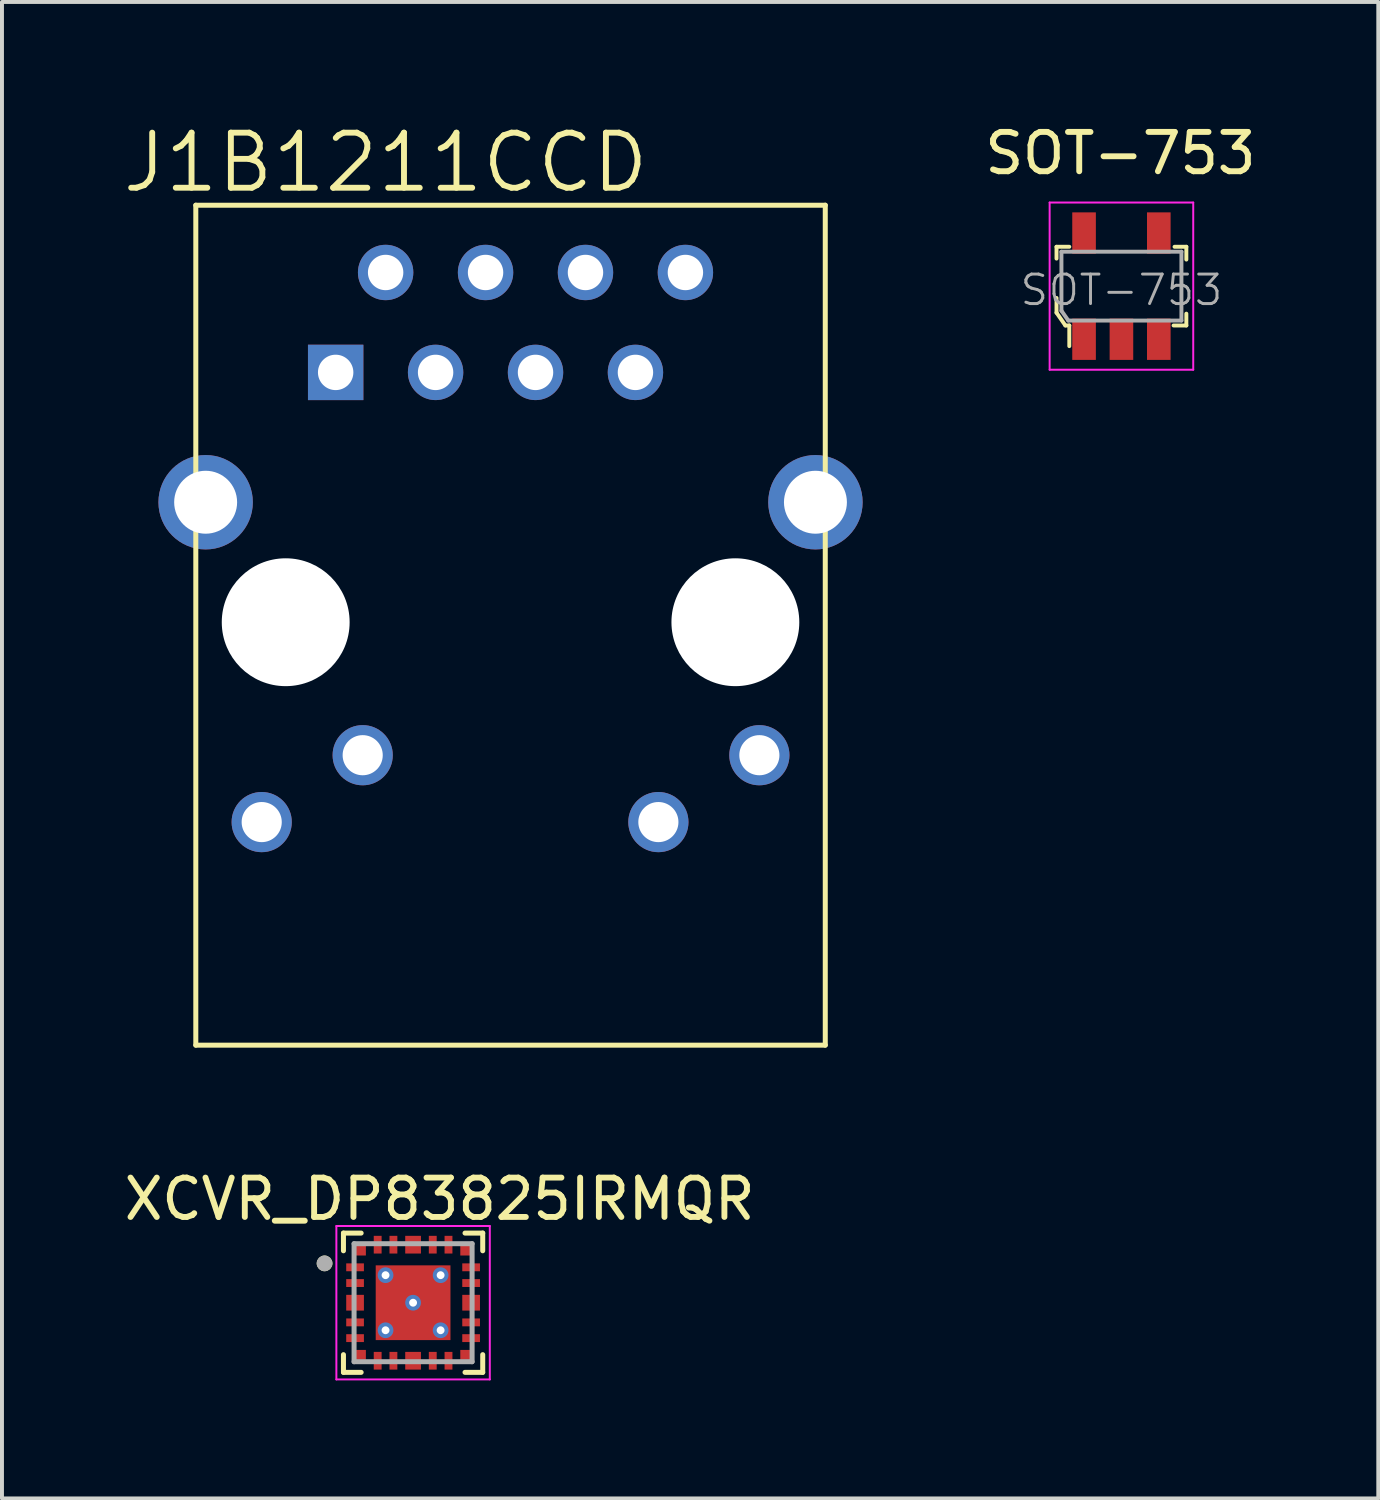
<source format=kicad_pcb>
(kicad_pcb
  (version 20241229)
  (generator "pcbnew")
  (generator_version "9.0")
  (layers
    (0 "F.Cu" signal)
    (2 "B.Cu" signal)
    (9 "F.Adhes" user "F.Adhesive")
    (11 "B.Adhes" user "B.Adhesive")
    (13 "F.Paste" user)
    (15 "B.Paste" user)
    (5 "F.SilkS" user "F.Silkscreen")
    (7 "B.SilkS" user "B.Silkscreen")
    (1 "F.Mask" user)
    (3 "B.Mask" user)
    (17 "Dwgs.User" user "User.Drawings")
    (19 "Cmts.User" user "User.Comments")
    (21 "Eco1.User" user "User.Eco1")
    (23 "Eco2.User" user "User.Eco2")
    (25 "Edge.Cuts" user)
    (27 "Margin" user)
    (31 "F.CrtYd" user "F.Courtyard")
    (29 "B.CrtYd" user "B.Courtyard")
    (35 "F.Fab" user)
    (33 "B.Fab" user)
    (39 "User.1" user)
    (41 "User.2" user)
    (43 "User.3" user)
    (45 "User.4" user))
  (footprint "SOT-753"
    (layer "F.Cu")
    (at 25.455 4.223)
    (property "Reference" "SOT-753" (at -0.025 -3.375 0) (layer "F.SilkS") (effects (font (size 1 1) (thickness 0.15))))
    (attr smd)
    (fp_line (start -1.65 -1) (end -1.65 -0.7) (stroke (width 0.1) (type solid)) (layer "F.SilkS"))
    (fp_line (start -1.65 0.675) (end -1.65 0.3) (stroke (width 0.1) (type solid)) (layer "F.SilkS"))
    (fp_line (start -1.65 0.675) (end -1.425 1) (stroke (width 0.1) (type solid)) (layer "F.SilkS"))
    (fp_line (start -1.425 1) (end -1.325 1) (stroke (width 0.1) (type solid)) (layer "F.SilkS"))
    (fp_line (start -1.325 -1) (end -1.65 -1) (stroke (width 0.1) (type solid)) (layer "F.SilkS"))
    (fp_line (start -1.325 1) (end -1.325 1.525) (stroke (width 0.1) (type solid)) (layer "F.SilkS"))
    (fp_line (start 1.325 1) (end 1.65 1) (stroke (width 0.1) (type solid)) (layer "F.SilkS"))
    (fp_line (start 1.35 -1) (end 1.65 -1) (stroke (width 0.1) (type solid)) (layer "F.SilkS"))
    (fp_line (start 1.65 -1) (end 1.65 -0.675) (stroke (width 0.1) (type solid)) (layer "F.SilkS"))
    (fp_line (start 1.65 1) (end 1.65 0.7) (stroke (width 0.1) (type solid)) (layer "F.SilkS"))
    (fp_line (start -1.825 -2.125) (end 1.825 -2.125) (stroke (width 0.05) (type solid)) (layer "F.CrtYd"))
    (fp_line (start -1.825 2.125) (end -1.825 -2.125) (stroke (width 0.05) (type solid)) (layer "F.CrtYd"))
    (fp_line (start 1.825 -2.125) (end 1.825 2.125) (stroke (width 0.05) (type solid)) (layer "F.CrtYd"))
    (fp_line (start 1.825 2.125) (end -1.825 2.125) (stroke (width 0.05) (type solid)) (layer "F.CrtYd"))
    (fp_line (start -1.525 -0.875) (end 1.525 -0.875) (stroke (width 0.1) (type solid)) (layer "F.Fab"))
    (fp_line (start -1.525 0.625) (end -1.525 -0.875) (stroke (width 0.1) (type solid)) (layer "F.Fab"))
    (fp_line (start -1.525 0.625) (end -1.35 0.875) (stroke (width 0.1) (type solid)) (layer "F.Fab"))
    (fp_line (start -1.35 0.875) (end 1.525 0.875) (stroke (width 0.1) (type solid)) (layer "F.Fab"))
    (fp_line (start 1.525 -0.875) (end 1.525 0.875) (stroke (width 0.1) (type solid)) (layer "F.Fab"))
    (fp_text user "${REFERENCE}" (at 0 0.1 0) (layer "F.Fab") (effects (font (size 0.75 0.75) (thickness 0.075))))
    (pad "1" smd rect (at -0.95 1.35) (size 0.6 1.05) (layers "F.Cu" "F.Mask" "F.Paste"))
    (pad "2" smd rect (at 0 1.35) (size 0.6 1.05) (layers "F.Cu" "F.Mask" "F.Paste"))
    (pad "3" smd rect (at 0.95 1.35) (size 0.6 1.05) (layers "F.Cu" "F.Mask" "F.Paste"))
    (pad "4" smd rect (at 0.95 -1.35) (size 0.6 1.05) (layers "F.Cu" "F.Mask" "F.Paste"))
    (pad "5" smd rect (at -0.95 -1.35) (size 0.6 1.05) (layers "F.Cu" "F.Mask" "F.Paste")))
  (footprint "J1B1211CCD"
    (layer "F.Cu")
    (at 9.927 12.766)
    (property "Reference" "J1B1211CCD" (at -3.175 -11.684 0) (layer "F.SilkS") (effects (font (size 1.4 1.4) (thickness 0.15))))
    (attr through_hole)
    (fp_line (start -8 -10.6) (end -8 10.75) (stroke (width 0.127) (type solid)) (layer "F.SilkS"))
    (fp_line (start -8 10.75) (end 8 10.75) (stroke (width 0.127) (type solid)) (layer "F.SilkS"))
    (fp_line (start 8 -10.6) (end -8 -10.6) (stroke (width 0.127) (type solid)) (layer "F.SilkS"))
    (fp_line (start 8 10.75) (end 8 -10.6) (stroke (width 0.127) (type solid)) (layer "F.SilkS"))
    (pad "" np_thru_hole circle (at -5.715 0) (size 3.25 3.25) (drill 3.25) (layers "*.Cu" "*.Mask"))
    (pad "" np_thru_hole circle (at 5.715 0) (size 3.25 3.25) (drill 3.25) (layers "*.Cu" "*.Mask"))
    (pad "1" thru_hole rect (at -4.445 -6.35) (size 1.408 1.408) (drill 0.9) (layers "*.Cu" "*.Mask"))
    (pad "2" thru_hole circle (at -3.175 -8.89) (size 1.408 1.408) (drill 0.9) (layers "*.Cu" "*.Mask"))
    (pad "3" thru_hole circle (at -1.905 -6.35) (size 1.408 1.408) (drill 0.9) (layers "*.Cu" "*.Mask"))
    (pad "4" thru_hole circle (at -0.635 -8.89) (size 1.408 1.408) (drill 0.9) (layers "*.Cu" "*.Mask"))
    (pad "5" thru_hole circle (at 0.635 -6.35) (size 1.408 1.408) (drill 0.9) (layers "*.Cu" "*.Mask"))
    (pad "6" thru_hole circle (at 1.905 -8.89) (size 1.408 1.408) (drill 0.9) (layers "*.Cu" "*.Mask"))
    (pad "7" thru_hole circle (at 3.175 -6.35) (size 1.408 1.408) (drill 0.9) (layers "*.Cu" "*.Mask"))
    (pad "8" thru_hole circle (at 4.445 -8.89) (size 1.408 1.408) (drill 0.9) (layers "*.Cu" "*.Mask"))
    (pad "9" thru_hole circle (at -6.325 5.08) (size 1.53 1.53) (drill 1.02) (layers "*.Cu" "*.Mask"))
    (pad "10" thru_hole circle (at -3.758 3.38) (size 1.53 1.53) (drill 1.02) (layers "*.Cu" "*.Mask"))
    (pad "11" thru_hole circle (at 3.758 5.08) (size 1.53 1.53) (drill 1.02) (layers "*.Cu" "*.Mask"))
    (pad "12" thru_hole circle (at 6.325 3.38) (size 1.53 1.53) (drill 1.02) (layers "*.Cu" "*.Mask"))
    (pad "13" thru_hole circle (at -7.75 -3.05) (size 2.4 2.4) (drill 1.6) (layers "*.Cu" "*.Mask"))
    (pad "14" thru_hole circle (at 7.75 -3.05) (size 2.4 2.4) (drill 1.6) (layers "*.Cu" "*.Mask")))
  (footprint "XCVR_DP83825IRMQR"
    (layer "F.Cu")
    (at 7.45 30.063)
    (property "Reference" "XCVR_DP83825IRMQR" (at 0.675 -2.635 0) (layer "F.SilkS") (effects (font (size 1 1) (thickness 0.15))))
    (attr through_hole)
    (fp_poly (pts (xy -1.75 -1.05) (xy -1.2 -1.05) (xy -1.2 -0.75) (xy -1.75 -0.75)) (stroke (width 0.01) (type solid)) (fill yes) (layer "F.Mask"))
    (fp_poly (pts (xy -1.75 -0.65) (xy -1.2 -0.65) (xy -1.2 -0.35) (xy -1.75 -0.35)) (stroke (width 0.01) (type solid)) (fill yes) (layer "F.Mask"))
    (fp_poly (pts (xy -1.75 -0.25) (xy -1.2 -0.25) (xy -1.2 0.25) (xy -1.75 0.25)) (stroke (width 0.01) (type solid)) (fill yes) (layer "F.Mask"))
    (fp_poly (pts (xy -1.75 0.35) (xy -1.2 0.35) (xy -1.2 0.65) (xy -1.75 0.65)) (stroke (width 0.01) (type solid)) (fill yes) (layer "F.Mask"))
    (fp_poly (pts (xy -1.75 0.75) (xy -1.2 0.75) (xy -1.2 1.05) (xy -1.75 1.05)) (stroke (width 0.01) (type solid)) (fill yes) (layer "F.Mask"))
    (fp_poly (pts (xy -1.5 -1.5) (xy -1.15 -1.5) (xy -1.15 -1.15) (xy -1.5 -1.15)) (stroke (width 0.01) (type solid)) (fill yes) (layer "F.Mask"))
    (fp_poly (pts (xy -1.5 1.15) (xy -1.15 1.15) (xy -1.15 1.5) (xy -1.5 1.5)) (stroke (width 0.01) (type solid)) (fill yes) (layer "F.Mask"))
    (fp_poly (pts (xy -1.05 -1.75) (xy -0.75 -1.75) (xy -0.75 -1.2) (xy -1.05 -1.2)) (stroke (width 0.01) (type solid)) (fill yes) (layer "F.Mask"))
    (fp_poly (pts (xy -1.05 1.2) (xy -0.75 1.2) (xy -0.75 1.75) (xy -1.05 1.75)) (stroke (width 0.01) (type solid)) (fill yes) (layer "F.Mask"))
    (fp_poly (pts (xy -1 -1) (xy 1 -1) (xy 1 1) (xy -1 1)) (stroke (width 0.01) (type solid)) (fill yes) (layer "F.Mask"))
    (fp_poly (pts (xy -0.65 -1.75) (xy -0.35 -1.75) (xy -0.35 -1.2) (xy -0.65 -1.2)) (stroke (width 0.01) (type solid)) (fill yes) (layer "F.Mask"))
    (fp_poly (pts (xy -0.65 1.2) (xy -0.35 1.2) (xy -0.35 1.75) (xy -0.65 1.75)) (stroke (width 0.01) (type solid)) (fill yes) (layer "F.Mask"))
    (fp_poly (pts (xy -0.25 -1.75) (xy 0.25 -1.75) (xy 0.25 -1.2) (xy -0.25 -1.2)) (stroke (width 0.01) (type solid)) (fill yes) (layer "F.Mask"))
    (fp_poly (pts (xy -0.25 1.2) (xy 0.25 1.2) (xy 0.25 1.75) (xy -0.25 1.75)) (stroke (width 0.01) (type solid)) (fill yes) (layer "F.Mask"))
    (fp_poly (pts (xy 0.35 -1.75) (xy 0.65 -1.75) (xy 0.65 -1.2) (xy 0.35 -1.2)) (stroke (width 0.01) (type solid)) (fill yes) (layer "F.Mask"))
    (fp_poly (pts (xy 0.35 1.2) (xy 0.65 1.2) (xy 0.65 1.75) (xy 0.35 1.75)) (stroke (width 0.01) (type solid)) (fill yes) (layer "F.Mask"))
    (fp_poly (pts (xy 0.75 -1.75) (xy 1.05 -1.75) (xy 1.05 -1.2) (xy 0.75 -1.2)) (stroke (width 0.01) (type solid)) (fill yes) (layer "F.Mask"))
    (fp_poly (pts (xy 0.75 1.2) (xy 1.05 1.2) (xy 1.05 1.75) (xy 0.75 1.75)) (stroke (width 0.01) (type solid)) (fill yes) (layer "F.Mask"))
    (fp_poly (pts (xy 1.15 -1.5) (xy 1.5 -1.5) (xy 1.5 -1.15) (xy 1.15 -1.15)) (stroke (width 0.01) (type solid)) (fill yes) (layer "F.Mask"))
    (fp_poly (pts (xy 1.15 1.15) (xy 1.5 1.15) (xy 1.5 1.5) (xy 1.15 1.5)) (stroke (width 0.01) (type solid)) (fill yes) (layer "F.Mask"))
    (fp_poly (pts (xy 1.2 -1.05) (xy 1.75 -1.05) (xy 1.75 -0.75) (xy 1.2 -0.75)) (stroke (width 0.01) (type solid)) (fill yes) (layer "F.Mask"))
    (fp_poly (pts (xy 1.2 -0.65) (xy 1.75 -0.65) (xy 1.75 -0.35) (xy 1.2 -0.35)) (stroke (width 0.01) (type solid)) (fill yes) (layer "F.Mask"))
    (fp_poly (pts (xy 1.2 -0.25) (xy 1.75 -0.25) (xy 1.75 0.25) (xy 1.2 0.25)) (stroke (width 0.01) (type solid)) (fill yes) (layer "F.Mask"))
    (fp_poly (pts (xy 1.2 0.35) (xy 1.75 0.35) (xy 1.75 0.65) (xy 1.2 0.65)) (stroke (width 0.01) (type solid)) (fill yes) (layer "F.Mask"))
    (fp_poly (pts (xy 1.2 0.75) (xy 1.75 0.75) (xy 1.75 1.05) (xy 1.2 1.05)) (stroke (width 0.01) (type solid)) (fill yes) (layer "F.Mask"))
    (fp_line (start -1.77 -1.77) (end -1.77 -1.32) (stroke (width 0.127) (type solid)) (layer "F.SilkS"))
    (fp_line (start -1.77 -1.77) (end -1.32 -1.77) (stroke (width 0.127) (type solid)) (layer "F.SilkS"))
    (fp_line (start -1.77 1.77) (end -1.77 1.32) (stroke (width 0.127) (type solid)) (layer "F.SilkS"))
    (fp_line (start -1.77 1.77) (end -1.32 1.77) (stroke (width 0.127) (type solid)) (layer "F.SilkS"))
    (fp_line (start 1.77 -1.77) (end 1.32 -1.77) (stroke (width 0.127) (type solid)) (layer "F.SilkS"))
    (fp_line (start 1.77 -1.77) (end 1.77 -1.32) (stroke (width 0.127) (type solid)) (layer "F.SilkS"))
    (fp_line (start 1.77 1.77) (end 1.32 1.77) (stroke (width 0.127) (type solid)) (layer "F.SilkS"))
    (fp_line (start 1.77 1.77) (end 1.77 1.32) (stroke (width 0.127) (type solid)) (layer "F.SilkS"))
    (fp_circle (center -2.25 -1) (end -2.15 -1) (stroke (width 0.2) (type solid)) (fill no) (layer "F.SilkS"))
    (fp_poly (pts (xy -0.855 -0.855) (xy 0.855 -0.855) (xy 0.855 0.855) (xy -0.855 0.855)) (stroke (width 0.01) (type solid)) (fill yes) (layer "F.Paste"))
    (fp_line (start -1.95 -1.95) (end 1.95 -1.95) (stroke (width 0.05) (type solid)) (layer "F.CrtYd"))
    (fp_line (start -1.95 1.95) (end -1.95 -1.95) (stroke (width 0.05) (type solid)) (layer "F.CrtYd"))
    (fp_line (start -1.95 1.95) (end 1.95 1.95) (stroke (width 0.05) (type solid)) (layer "F.CrtYd"))
    (fp_line (start 1.95 1.95) (end 1.95 -1.95) (stroke (width 0.05) (type solid)) (layer "F.CrtYd"))
    (fp_line (start -1.5 1.5) (end -1.5 -1.5) (stroke (width 0.127) (type solid)) (layer "F.Fab"))
    (fp_line (start 1.5 -1.5) (end -1.5 -1.5) (stroke (width 0.127) (type solid)) (layer "F.Fab"))
    (fp_line (start 1.5 1.5) (end -1.5 1.5) (stroke (width 0.127) (type solid)) (layer "F.Fab"))
    (fp_line (start 1.5 1.5) (end 1.5 -1.5) (stroke (width 0.127) (type solid)) (layer "F.Fab"))
    (fp_circle (center -2.25 -1) (end -2.15 -1) (stroke (width 0.2) (type solid)) (fill no) (layer "F.Fab"))
    (pad "1" smd rect (at -1.475 -0.9) (size 0.45 0.2) (layers "F.Cu" "F.Paste"))
    (pad "2" smd rect (at -1.475 -0.5) (size 0.45 0.2) (layers "F.Cu" "F.Paste"))
    (pad "3" smd rect (at -1.475 0) (size 0.45 0.4) (layers "F.Cu" "F.Paste"))
    (pad "4" smd rect (at -1.475 0.5) (size 0.45 0.2) (layers "F.Cu" "F.Paste"))
    (pad "5" smd rect (at -1.475 0.9) (size 0.45 0.2) (layers "F.Cu" "F.Paste"))
    (pad "6" smd rect (at -1.325 1.325) (size 0.25 0.25) (layers "F.Cu" "F.Paste"))
    (pad "7" smd rect (at -0.9 1.475) (size 0.2 0.45) (layers "F.Cu" "F.Paste"))
    (pad "8" smd rect (at -0.5 1.475) (size 0.2 0.45) (layers "F.Cu" "F.Paste"))
    (pad "9" smd rect (at 0 1.475) (size 0.4 0.45) (layers "F.Cu" "F.Paste"))
    (pad "10" smd rect (at 0.5 1.475) (size 0.2 0.45) (layers "F.Cu" "F.Paste"))
    (pad "11" smd rect (at 0.9 1.475) (size 0.2 0.45) (layers "F.Cu" "F.Paste"))
    (pad "12" smd rect (at 1.325 1.325) (size 0.25 0.25) (layers "F.Cu" "F.Paste"))
    (pad "13" smd rect (at 1.475 0.9) (size 0.45 0.2) (layers "F.Cu" "F.Paste"))
    (pad "14" smd rect (at 1.475 0.5) (size 0.45 0.2) (layers "F.Cu" "F.Paste"))
    (pad "15" smd rect (at 1.475 0) (size 0.45 0.4) (layers "F.Cu" "F.Paste"))
    (pad "16" smd rect (at 1.475 -0.5) (size 0.45 0.2) (layers "F.Cu" "F.Paste"))
    (pad "17" smd rect (at 1.475 -0.9) (size 0.45 0.2) (layers "F.Cu" "F.Paste"))
    (pad "18" smd rect (at 1.325 -1.325) (size 0.25 0.25) (layers "F.Cu" "F.Paste"))
    (pad "19" smd rect (at 0.9 -1.475) (size 0.2 0.45) (layers "F.Cu" "F.Paste"))
    (pad "20" smd rect (at 0.5 -1.475) (size 0.2 0.45) (layers "F.Cu" "F.Paste"))
    (pad "21" smd rect (at 0 -1.475) (size 0.4 0.45) (layers "F.Cu" "F.Paste"))
    (pad "22" smd rect (at -0.5 -1.475) (size 0.2 0.45) (layers "F.Cu" "F.Paste"))
    (pad "23" smd rect (at -0.9 -1.475) (size 0.2 0.45) (layers "F.Cu" "F.Paste"))
    (pad "24" smd rect (at -1.325 -1.325) (size 0.25 0.25) (layers "F.Cu" "F.Paste"))
    (pad "25" smd rect (at 0 0) (size 1.9 1.9) (layers "F.Cu"))
    (pad "26" thru_hole circle (at -0.7 -0.7) (size 0.4 0.4) (drill 0.2) (layers "*.Cu"))
    (pad "27" thru_hole circle (at 0.7 -0.7) (size 0.4 0.4) (drill 0.2) (layers "*.Cu"))
    (pad "28" thru_hole circle (at 0 0) (size 0.4 0.4) (drill 0.2) (layers "*.Cu"))
    (pad "29" thru_hole circle (at -0.7 0.7) (size 0.4 0.4) (drill 0.2) (layers "*.Cu"))
    (pad "30" thru_hole circle (at 0.7 0.7) (size 0.4 0.4) (drill 0.2) (layers "*.Cu")))
  (gr_rect
    (start -3 -3)
    (end 31.984 35.038)
    (stroke (width 0.1) (type default))
    (fill no)
    (layer "Edge.Cuts")))
</source>
